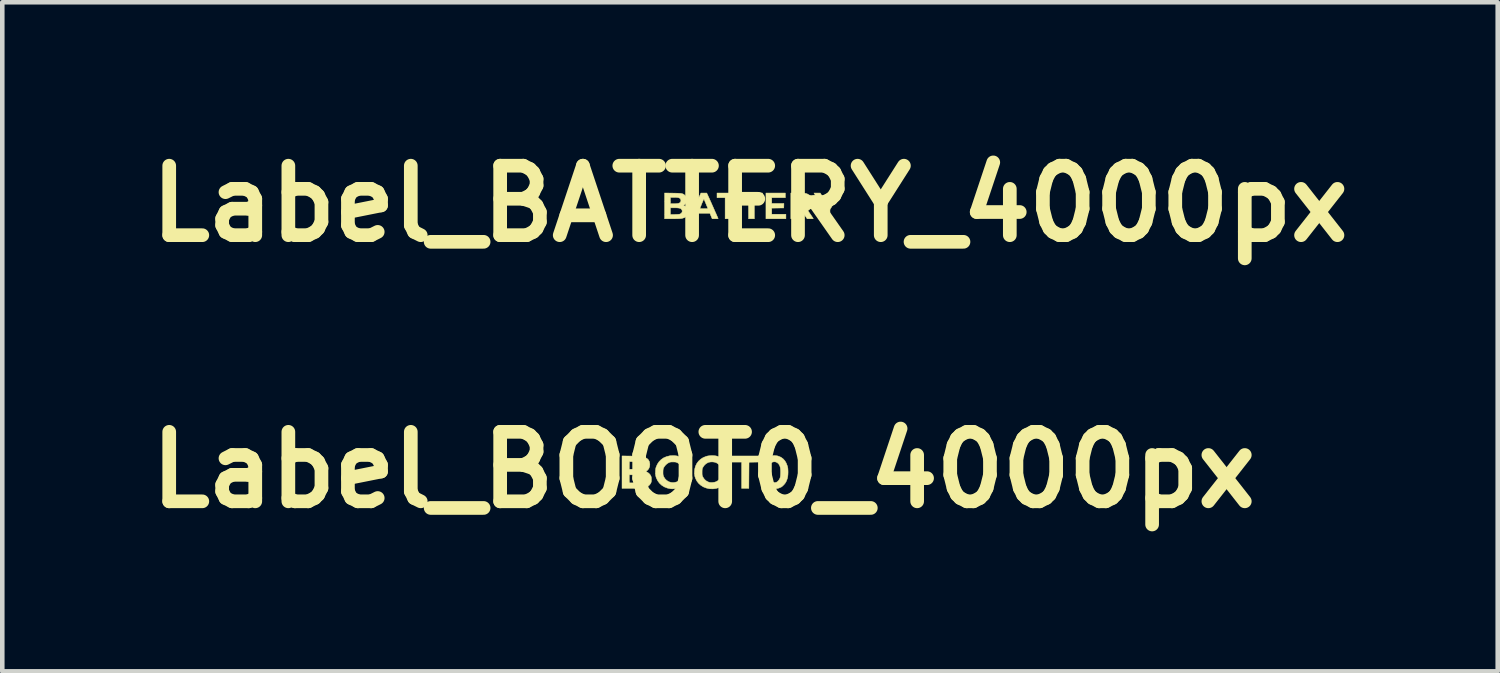
<source format=kicad_pcb>
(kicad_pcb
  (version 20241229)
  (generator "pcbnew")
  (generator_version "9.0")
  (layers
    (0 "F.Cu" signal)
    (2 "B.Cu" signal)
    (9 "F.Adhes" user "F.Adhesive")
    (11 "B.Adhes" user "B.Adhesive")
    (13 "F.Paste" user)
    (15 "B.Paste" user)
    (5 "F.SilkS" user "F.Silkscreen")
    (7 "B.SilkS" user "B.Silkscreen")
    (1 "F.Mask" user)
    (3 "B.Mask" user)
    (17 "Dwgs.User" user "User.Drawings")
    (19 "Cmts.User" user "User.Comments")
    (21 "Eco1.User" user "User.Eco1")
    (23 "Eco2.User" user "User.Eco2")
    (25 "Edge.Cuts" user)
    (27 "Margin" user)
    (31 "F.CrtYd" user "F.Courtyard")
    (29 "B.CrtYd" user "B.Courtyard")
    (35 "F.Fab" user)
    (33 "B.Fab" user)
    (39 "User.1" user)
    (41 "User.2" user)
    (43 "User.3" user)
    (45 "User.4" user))
  (footprint "Label_BOOT0_4000px"
    (layer "F.Cu")
    (at 12.381 7.254)
    (property "Reference" "Label_BOOT0_4000px" (at 0 0 0) (layer "F.SilkS") (effects (font (size 1.524 1.524) (thickness 0.3))))
    (attr through_hole)
    (fp_poly (pts (xy 1.219 -0.172) (xy 1.106 -0.17) (xy 0.994 -0.168) (xy 0.992 0.119) (xy 0.99 0.406) (xy 0.832 0.406) (xy 0.832 -0.171) (xy 0.603 -0.171) (xy 0.603 -0.305) (xy 1.219 -0.305) (xy 1.219 -0.172)) (stroke (width 0.01) (type solid)) (fill yes) (layer "F.SilkS"))
    (fp_poly (pts (xy 0.208 -0.313) (xy 0.254 -0.309) (xy 0.292 -0.302) (xy 0.292 -0.302) (xy 0.357 -0.279) (xy 0.415 -0.245) (xy 0.466 -0.202) (xy 0.508 -0.151) (xy 0.54 -0.093) (xy 0.553 -0.057) (xy 0.563 -0.015) (xy 0.567 0.033) (xy 0.566 0.083) (xy 0.56 0.13) (xy 0.553 0.159) (xy 0.528 0.219) (xy 0.492 0.273) (xy 0.447 0.32) (xy 0.395 0.358) (xy 0.337 0.387) (xy 0.273 0.407) (xy 0.206 0.416) (xy 0.135 0.414) (xy 0.122 0.413) (xy 0.054 0.397) (xy -0.009 0.372) (xy -0.064 0.337) (xy -0.112 0.294) (xy -0.151 0.243) (xy -0.18 0.185) (xy -0.194 0.143) (xy -0.198 0.118) (xy -0.202 0.086) (xy -0.203 0.055) (xy -0.203 0.051) (xy -0.035 0.051) (xy -0.035 0.083) (xy -0.034 0.105) (xy -0.031 0.122) (xy -0.027 0.136) (xy -0.02 0.151) (xy -0.013 0.164) (xy 0.017 0.207) (xy 0.055 0.241) (xy 0.101 0.265) (xy 0.125 0.273) (xy 0.159 0.277) (xy 0.198 0.276) (xy 0.237 0.27) (xy 0.271 0.26) (xy 0.275 0.258) (xy 0.32 0.231) (xy 0.356 0.196) (xy 0.383 0.153) (xy 0.399 0.105) (xy 0.405 0.054) (xy 0.401 0.008) (xy 0.385 -0.045) (xy 0.361 -0.089) (xy 0.326 -0.126) (xy 0.281 -0.154) (xy 0.274 -0.158) (xy 0.237 -0.17) (xy 0.195 -0.175) (xy 0.151 -0.174) (xy 0.111 -0.167) (xy 0.093 -0.16) (xy 0.047 -0.133) (xy 0.01 -0.097) (xy -0.013 -0.062) (xy -0.023 -0.045) (xy -0.029 -0.03) (xy -0.032 -0.015) (xy -0.034 0.003) (xy -0.035 0.028) (xy -0.035 0.051) (xy -0.203 0.051) (xy -0.197 -0.018) (xy -0.18 -0.081) (xy -0.152 -0.139) (xy -0.114 -0.191) (xy -0.067 -0.234) (xy -0.011 -0.27) (xy 0.053 -0.296) (xy 0.076 -0.303) (xy 0.114 -0.309) (xy 0.16 -0.313) (xy 0.208 -0.313)) (stroke (width 0.01) (type solid)) (fill yes) (layer "F.SilkS"))
    (fp_poly (pts (xy 1.612 -0.308) (xy 1.641 -0.3) (xy 1.694 -0.277) (xy 1.74 -0.244) (xy 1.78 -0.2) (xy 1.811 -0.147) (xy 1.835 -0.084) (xy 1.839 -0.07) (xy 1.846 -0.036) (xy 1.849 0.007) (xy 1.85 0.051) (xy 1.848 0.105) (xy 1.843 0.151) (xy 1.833 0.192) (xy 1.818 0.233) (xy 1.81 0.252) (xy 1.79 0.287) (xy 1.763 0.321) (xy 1.733 0.351) (xy 1.703 0.375) (xy 1.699 0.377) (xy 1.651 0.398) (xy 1.597 0.412) (xy 1.542 0.416) (xy 1.502 0.413) (xy 1.448 0.399) (xy 1.401 0.378) (xy 1.359 0.345) (xy 1.338 0.324) (xy 1.311 0.29) (xy 1.287 0.247) (xy 1.268 0.2) (xy 1.257 0.162) (xy 1.252 0.129) (xy 1.249 0.088) (xy 1.249 0.051) (xy 1.413 0.051) (xy 1.413 0.091) (xy 1.415 0.122) (xy 1.418 0.146) (xy 1.423 0.167) (xy 1.425 0.173) (xy 1.439 0.205) (xy 1.459 0.234) (xy 1.481 0.258) (xy 1.501 0.27) (xy 1.53 0.278) (xy 1.562 0.278) (xy 1.592 0.272) (xy 1.596 0.271) (xy 1.621 0.255) (xy 1.645 0.229) (xy 1.665 0.198) (xy 1.675 0.173) (xy 1.68 0.152) (xy 1.683 0.126) (xy 1.685 0.093) (xy 1.686 0.051) (xy 1.685 -0.001) (xy 1.681 -0.042) (xy 1.673 -0.075) (xy 1.662 -0.102) (xy 1.647 -0.126) (xy 1.64 -0.135) (xy 1.611 -0.16) (xy 1.58 -0.174) (xy 1.549 -0.178) (xy 1.514 -0.173) (xy 1.483 -0.157) (xy 1.459 -0.134) (xy 1.442 -0.11) (xy 1.429 -0.083) (xy 1.42 -0.052) (xy 1.415 -0.013) (xy 1.413 0.035) (xy 1.413 0.051) (xy 1.249 0.051) (xy 1.249 0.043) (xy 1.25 -0.002) (xy 1.254 -0.043) (xy 1.26 -0.072) (xy 1.28 -0.134) (xy 1.31 -0.187) (xy 1.347 -0.232) (xy 1.391 -0.268) (xy 1.44 -0.295) (xy 1.495 -0.31) (xy 1.552 -0.315) (xy 1.612 -0.308)) (stroke (width 0.01) (type solid)) (fill yes) (layer "F.SilkS"))
    (fp_poly (pts (xy -0.585 -0.306) (xy -0.519 -0.287) (xy -0.459 -0.256) (xy -0.404 -0.216) (xy -0.382 -0.194) (xy -0.342 -0.142) (xy -0.313 -0.085) (xy -0.294 -0.023) (xy -0.287 0.041) (xy -0.291 0.106) (xy -0.306 0.17) (xy -0.325 0.216) (xy -0.349 0.255) (xy -0.382 0.295) (xy -0.421 0.331) (xy -0.462 0.36) (xy -0.48 0.37) (xy -0.547 0.397) (xy -0.618 0.412) (xy -0.692 0.416) (xy -0.73 0.413) (xy -0.8 0.398) (xy -0.863 0.373) (xy -0.919 0.338) (xy -0.968 0.293) (xy -1.008 0.239) (xy -1.038 0.177) (xy -1.045 0.159) (xy -1.052 0.128) (xy -1.057 0.089) (xy -1.058 0.051) (xy -0.892 0.051) (xy -0.892 0.082) (xy -0.89 0.105) (xy -0.887 0.122) (xy -0.881 0.138) (xy -0.874 0.154) (xy -0.849 0.193) (xy -0.816 0.227) (xy -0.778 0.253) (xy -0.747 0.266) (xy -0.698 0.277) (xy -0.65 0.277) (xy -0.6 0.266) (xy -0.576 0.258) (xy -0.556 0.248) (xy -0.538 0.233) (xy -0.517 0.213) (xy -0.496 0.192) (xy -0.482 0.174) (xy -0.473 0.155) (xy -0.464 0.131) (xy -0.463 0.127) (xy -0.454 0.079) (xy -0.452 0.029) (xy -0.46 -0.018) (xy -0.469 -0.046) (xy -0.489 -0.08) (xy -0.518 -0.113) (xy -0.551 -0.141) (xy -0.577 -0.157) (xy -0.596 -0.165) (xy -0.613 -0.171) (xy -0.633 -0.173) (xy -0.66 -0.174) (xy -0.673 -0.174) (xy -0.704 -0.174) (xy -0.725 -0.172) (xy -0.743 -0.168) (xy -0.761 -0.161) (xy -0.769 -0.157) (xy -0.804 -0.135) (xy -0.837 -0.105) (xy -0.864 -0.07) (xy -0.878 -0.046) (xy -0.885 -0.029) (xy -0.889 -0.011) (xy -0.891 0.011) (xy -0.892 0.042) (xy -0.892 0.051) (xy -1.058 0.051) (xy -1.058 0.046) (xy -1.056 0.004) (xy -1.051 -0.034) (xy -1.045 -0.057) (xy -1.017 -0.122) (xy -0.98 -0.178) (xy -0.934 -0.225) (xy -0.88 -0.263) (xy -0.818 -0.29) (xy -0.749 -0.308) (xy -0.727 -0.311) (xy -0.655 -0.314) (xy -0.585 -0.306)) (stroke (width 0.01) (type solid)) (fill yes) (layer "F.SilkS"))
    (fp_poly (pts (xy -1.576 -0.303) (xy -1.513 -0.302) (xy -1.462 -0.301) (xy -1.42 -0.3) (xy -1.388 -0.298) (xy -1.363 -0.296) (xy -1.345 -0.294) (xy -1.332 -0.291) (xy -1.33 -0.291) (xy -1.279 -0.271) (xy -1.238 -0.246) (xy -1.209 -0.216) (xy -1.19 -0.179) (xy -1.182 -0.135) (xy -1.181 -0.117) (xy -1.187 -0.07) (xy -1.203 -0.029) (xy -1.229 0.005) (xy -1.243 0.016) (xy -1.269 0.036) (xy -1.246 0.047) (xy -1.208 0.07) (xy -1.179 0.099) (xy -1.165 0.122) (xy -1.155 0.141) (xy -1.15 0.157) (xy -1.147 0.176) (xy -1.146 0.202) (xy -1.146 0.21) (xy -1.147 0.239) (xy -1.149 0.261) (xy -1.155 0.279) (xy -1.162 0.295) (xy -1.188 0.331) (xy -1.224 0.36) (xy -1.27 0.381) (xy -1.327 0.396) (xy -1.357 0.4) (xy -1.378 0.402) (xy -1.41 0.403) (xy -1.449 0.404) (xy -1.495 0.405) (xy -1.544 0.406) (xy -1.595 0.406) (xy -1.602 0.406) (xy -1.791 0.406) (xy -1.791 0.193) (xy -1.632 0.193) (xy -1.632 0.224) (xy -1.631 0.251) (xy -1.629 0.271) (xy -1.628 0.281) (xy -1.627 0.282) (xy -1.619 0.284) (xy -1.6 0.285) (xy -1.574 0.285) (xy -1.542 0.285) (xy -1.507 0.284) (xy -1.471 0.282) (xy -1.436 0.281) (xy -1.406 0.278) (xy -1.381 0.276) (xy -1.365 0.273) (xy -1.363 0.273) (xy -1.336 0.257) (xy -1.317 0.234) (xy -1.308 0.206) (xy -1.309 0.176) (xy -1.318 0.152) (xy -1.327 0.138) (xy -1.338 0.128) (xy -1.353 0.12) (xy -1.374 0.114) (xy -1.403 0.111) (xy -1.44 0.109) (xy -1.488 0.108) (xy -1.507 0.108) (xy -1.632 0.108) (xy -1.632 0.193) (xy -1.791 0.193) (xy -1.791 -0.013) (xy -1.632 -0.013) (xy -1.532 -0.013) (xy -1.496 -0.013) (xy -1.462 -0.014) (xy -1.434 -0.016) (xy -1.414 -0.018) (xy -1.408 -0.019) (xy -1.378 -0.033) (xy -1.357 -0.053) (xy -1.344 -0.077) (xy -1.341 -0.103) (xy -1.348 -0.128) (xy -1.364 -0.151) (xy -1.385 -0.166) (xy -1.397 -0.171) (xy -1.408 -0.175) (xy -1.422 -0.178) (xy -1.44 -0.179) (xy -1.466 -0.18) (xy -1.501 -0.18) (xy -1.521 -0.181) (xy -1.629 -0.181) (xy -1.631 -0.097) (xy -1.632 -0.013) (xy -1.791 -0.013) (xy -1.791 -0.306) (xy -1.576 -0.303)) (stroke (width 0.01) (type solid)) (fill yes) (layer "F.SilkS")))
  (footprint "Label_BATTERY_4000px"
    (layer "F.Cu")
    (at 13.397 1.418)
    (property "Reference" "Label_BATTERY_4000px" (at 0 0 0) (layer "F.SilkS") (effects (font (size 1.524 1.524) (thickness 0.3))))
    (attr through_hole)
    (fp_poly (pts (xy -0.235 -0.133) (xy -0.413 -0.133) (xy -0.413 0.33) (xy -0.546 0.33) (xy -0.546 -0.133) (xy -0.724 -0.133) (xy -0.724 -0.235) (xy -0.235 -0.235) (xy -0.235 -0.133)) (stroke (width 0.01) (type solid)) (fill yes) (layer "F.SilkS"))
    (fp_poly (pts (xy 0.273 -0.133) (xy 0.095 -0.133) (xy 0.095 0.33) (xy -0.032 0.33) (xy -0.033 0.1) (xy -0.035 -0.13) (xy -0.125 -0.132) (xy -0.216 -0.134) (xy -0.216 -0.235) (xy 0.273 -0.235) (xy 0.273 -0.133)) (stroke (width 0.01) (type solid)) (fill yes) (layer "F.SilkS"))
    (fp_poly (pts (xy 0.775 -0.133) (xy 0.476 -0.133) (xy 0.476 -0.006) (xy 0.743 -0.006) (xy 0.742 0.043) (xy 0.74 0.092) (xy 0.608 0.094) (xy 0.476 0.096) (xy 0.476 0.229) (xy 0.787 0.229) (xy 0.787 0.33) (xy 0.349 0.33) (xy 0.349 -0.235) (xy 0.775 -0.235) (xy 0.775 -0.133)) (stroke (width 0.01) (type solid)) (fill yes) (layer "F.SilkS"))
    (fp_poly (pts (xy 1.612 -0.114) (xy 1.634 -0.079) (xy 1.653 -0.047) (xy 1.669 -0.021) (xy 1.681 -0.002) (xy 1.688 0.008) (xy 1.69 0.01) (xy 1.694 0.006) (xy 1.704 -0.008) (xy 1.719 -0.03) (xy 1.737 -0.058) (xy 1.757 -0.091) (xy 1.769 -0.111) (xy 1.843 -0.235) (xy 1.906 -0.235) (xy 1.935 -0.235) (xy 1.953 -0.234) (xy 1.962 -0.232) (xy 1.965 -0.229) (xy 1.963 -0.224) (xy 1.962 -0.223) (xy 1.958 -0.214) (xy 1.947 -0.197) (xy 1.932 -0.171) (xy 1.912 -0.138) (xy 1.89 -0.101) (xy 1.865 -0.06) (xy 1.854 -0.041) (xy 1.753 0.128) (xy 1.753 0.33) (xy 1.619 0.33) (xy 1.619 0.125) (xy 1.52 -0.041) (xy 1.494 -0.083) (xy 1.471 -0.122) (xy 1.45 -0.157) (xy 1.433 -0.185) (xy 1.42 -0.206) (xy 1.412 -0.219) (xy 1.411 -0.221) (xy 1.402 -0.235) (xy 1.54 -0.235) (xy 1.612 -0.114)) (stroke (width 0.01) (type solid)) (fill yes) (layer "F.SilkS"))
    (fp_poly (pts (xy -0.939 -0.214) (xy -0.932 -0.199) (xy -0.921 -0.175) (xy -0.906 -0.143) (xy -0.889 -0.105) (xy -0.87 -0.062) (xy -0.849 -0.016) (xy -0.828 0.032) (xy -0.806 0.081) (xy -0.785 0.129) (xy -0.765 0.175) (xy -0.746 0.217) (xy -0.73 0.254) (xy -0.716 0.285) (xy -0.706 0.308) (xy -0.7 0.322) (xy -0.699 0.326) (xy -0.704 0.328) (xy -0.72 0.329) (xy -0.744 0.33) (xy -0.764 0.33) (xy -0.83 0.33) (xy -0.855 0.27) (xy -0.879 0.21) (xy -1.013 0.21) (xy -1.147 0.21) (xy -1.195 0.33) (xy -1.262 0.33) (xy -1.289 0.33) (xy -1.31 0.328) (xy -1.323 0.327) (xy -1.326 0.325) (xy -1.323 0.318) (xy -1.316 0.301) (xy -1.304 0.274) (xy -1.288 0.24) (xy -1.27 0.198) (xy -1.249 0.151) (xy -1.228 0.103) (xy -1.099 0.103) (xy -1.093 0.105) (xy -1.076 0.106) (xy -1.052 0.107) (xy -1.021 0.108) (xy -1.01 0.108) (xy -0.922 0.108) (xy -0.966 0.002) (xy -0.98 -0.032) (xy -0.993 -0.062) (xy -1.003 -0.085) (xy -1.01 -0.101) (xy -1.012 -0.106) (xy -1.015 -0.101) (xy -1.021 -0.087) (xy -1.031 -0.065) (xy -1.042 -0.038) (xy -1.055 -0.009) (xy -1.067 0.022) (xy -1.078 0.05) (xy -1.088 0.074) (xy -1.095 0.093) (xy -1.099 0.102) (xy -1.099 0.103) (xy -1.228 0.103) (xy -1.226 0.099) (xy -1.201 0.043) (xy -1.2 0.042) (xy -1.077 -0.235) (xy -0.949 -0.235) (xy -0.939 -0.214)) (stroke (width 0.01) (type solid)) (fill yes) (layer "F.SilkS"))
    (fp_poly (pts (xy 1.056 -0.234) (xy 1.105 -0.233) (xy 1.144 -0.232) (xy 1.174 -0.231) (xy 1.197 -0.23) (xy 1.214 -0.228) (xy 1.228 -0.225) (xy 1.24 -0.221) (xy 1.252 -0.217) (xy 1.254 -0.216) (xy 1.282 -0.202) (xy 1.31 -0.183) (xy 1.321 -0.173) (xy 1.351 -0.138) (xy 1.371 -0.097) (xy 1.381 -0.053) (xy 1.382 -0.009) (xy 1.373 0.034) (xy 1.354 0.074) (xy 1.326 0.108) (xy 1.301 0.128) (xy 1.285 0.139) (xy 1.273 0.148) (xy 1.27 0.151) (xy 1.273 0.157) (xy 1.283 0.171) (xy 1.297 0.192) (xy 1.315 0.218) (xy 1.326 0.233) (xy 1.345 0.262) (xy 1.362 0.287) (xy 1.376 0.307) (xy 1.384 0.319) (xy 1.386 0.322) (xy 1.386 0.326) (xy 1.379 0.328) (xy 1.364 0.33) (xy 1.339 0.33) (xy 1.322 0.33) (xy 1.253 0.33) (xy 1.2 0.252) (xy 1.146 0.175) (xy 1.084 0.173) (xy 1.022 0.171) (xy 1.022 0.33) (xy 0.895 0.33) (xy 0.895 0.071) (xy 1.022 0.071) (xy 1.1 0.069) (xy 1.136 0.067) (xy 1.161 0.065) (xy 1.18 0.062) (xy 1.195 0.057) (xy 1.203 0.054) (xy 1.228 0.034) (xy 1.244 0.008) (xy 1.251 -0.021) (xy 1.249 -0.051) (xy 1.238 -0.079) (xy 1.218 -0.103) (xy 1.197 -0.117) (xy 1.183 -0.123) (xy 1.166 -0.126) (xy 1.143 -0.129) (xy 1.111 -0.13) (xy 1.099 -0.13) (xy 1.026 -0.13) (xy 1.024 -0.03) (xy 1.022 0.071) (xy 0.895 0.071) (xy 0.895 -0.236) (xy 1.056 -0.234)) (stroke (width 0.01) (type solid)) (fill yes) (layer "F.SilkS"))
    (fp_poly (pts (xy -1.694 -0.233) (xy -1.636 -0.232) (xy -1.589 -0.231) (xy -1.551 -0.229) (xy -1.522 -0.227) (xy -1.498 -0.223) (xy -1.48 -0.218) (xy -1.464 -0.212) (xy -1.45 -0.203) (xy -1.436 -0.192) (xy -1.432 -0.189) (xy -1.406 -0.16) (xy -1.391 -0.126) (xy -1.385 -0.089) (xy -1.39 -0.052) (xy -1.405 -0.017) (xy -1.43 0.014) (xy -1.433 0.017) (xy -1.456 0.037) (xy -1.431 0.05) (xy -1.398 0.072) (xy -1.375 0.102) (xy -1.362 0.139) (xy -1.359 0.178) (xy -1.364 0.22) (xy -1.38 0.256) (xy -1.407 0.285) (xy -1.445 0.307) (xy -1.492 0.321) (xy -1.502 0.323) (xy -1.519 0.325) (xy -1.546 0.327) (xy -1.582 0.328) (xy -1.625 0.329) (xy -1.671 0.33) (xy -1.706 0.33) (xy -1.873 0.33) (xy -1.873 0.089) (xy -1.746 0.089) (xy -1.746 0.235) (xy -1.659 0.235) (xy -1.624 0.234) (xy -1.592 0.233) (xy -1.566 0.231) (xy -1.548 0.229) (xy -1.546 0.229) (xy -1.519 0.217) (xy -1.499 0.199) (xy -1.488 0.176) (xy -1.488 0.151) (xy -1.498 0.127) (xy -1.502 0.122) (xy -1.515 0.11) (xy -1.533 0.101) (xy -1.557 0.095) (xy -1.589 0.091) (xy -1.631 0.089) (xy -1.664 0.089) (xy -1.746 0.089) (xy -1.873 0.089) (xy -1.873 -0.074) (xy -1.746 -0.074) (xy -1.746 -0.046) (xy -1.745 -0.023) (xy -1.743 -0.008) (xy -1.741 -0.004) (xy -1.734 -0.002) (xy -1.716 -0.001) (xy -1.69 -0.001) (xy -1.66 -0.001) (xy -1.654 -0.001) (xy -1.615 -0.003) (xy -1.586 -0.006) (xy -1.566 -0.01) (xy -1.552 -0.015) (xy -1.55 -0.015) (xy -1.529 -0.033) (xy -1.517 -0.055) (xy -1.516 -0.081) (xy -1.526 -0.105) (xy -1.532 -0.113) (xy -1.545 -0.123) (xy -1.562 -0.131) (xy -1.585 -0.136) (xy -1.617 -0.139) (xy -1.659 -0.14) (xy -1.668 -0.14) (xy -1.746 -0.14) (xy -1.746 -0.074) (xy -1.873 -0.074) (xy -1.873 -0.236) (xy -1.694 -0.233)) (stroke (width 0.01) (type solid)) (fill yes) (layer "F.SilkS")))
  (gr_rect
    (start -3 -3)
    (end 29.793 11.672)
    (stroke (width 0.1) (type default))
    (fill no)
    (layer "Edge.Cuts")))
</source>
